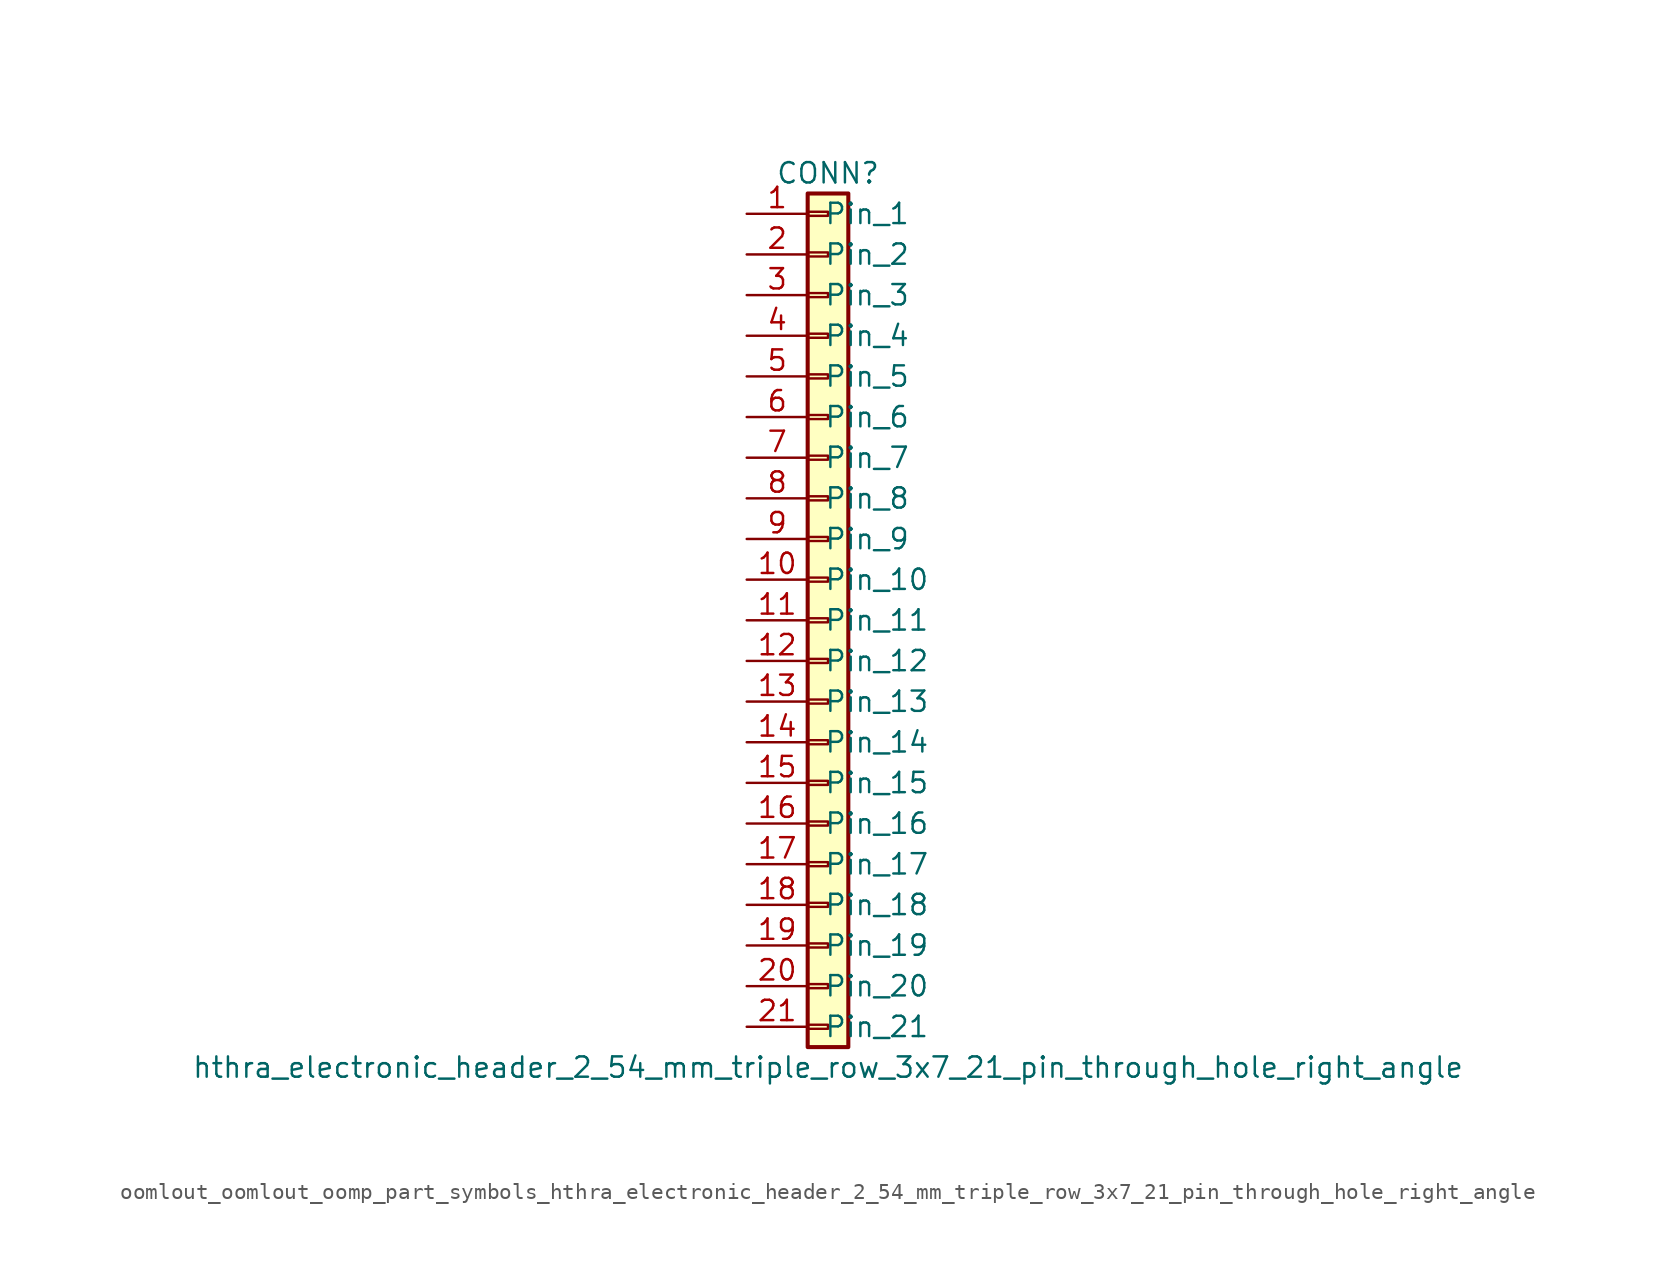
<source format=kicad_sym>
(kicad_symbol_lib
  (version 20220914)
  (generator kicad_symbol_editor)
  (symbol "oomlout_oomlout_oomp_part_symbols_hthra_electronic_header_2_54_mm_triple_row_3x7_21_pin_through_hole_right_angle"
    (pin_names
      (offset 1.016))
    (property "Reference" "CONN"
      (at 0 27.94 0)
      (effects (font (size 1.27 1.27))))
    (property "Value" "hthra_electronic_header_2_54_mm_triple_row_3x7_21_pin_through_hole_right_angle"
      (at 0 -27.94 0)
      (effects (font (size 1.27 1.27))))
    (symbol "oomlout_oomlout_oomp_part_symbols_hthra_electronic_header_2_54_mm_triple_row_3x7_21_pin_through_hole_right_angle_1_1"
      (rectangle (start -1.27 -25.273) (end 0 -25.527) (stroke (width 0.152) (type default)) (fill (type none)))
      (rectangle (start -1.27 -22.733) (end 0 -22.987) (stroke (width 0.152) (type default)) (fill (type none)))
      (rectangle (start -1.27 -20.193) (end 0 -20.447) (stroke (width 0.152) (type default)) (fill (type none)))
      (rectangle (start -1.27 -17.653) (end 0 -17.907) (stroke (width 0.152) (type default)) (fill (type none)))
      (rectangle (start -1.27 -15.113) (end 0 -15.367) (stroke (width 0.152) (type default)) (fill (type none)))
      (rectangle (start -1.27 -12.573) (end 0 -12.827) (stroke (width 0.152) (type default)) (fill (type none)))
      (rectangle (start -1.27 -10.033) (end 0 -10.287) (stroke (width 0.152) (type default)) (fill (type none)))
      (rectangle (start -1.27 -7.493) (end 0 -7.747) (stroke (width 0.152) (type default)) (fill (type none)))
      (rectangle (start -1.27 -4.953) (end 0 -5.207) (stroke (width 0.152) (type default)) (fill (type none)))
      (rectangle (start -1.27 -2.413) (end 0 -2.667) (stroke (width 0.152) (type default)) (fill (type none)))
      (rectangle (start -1.27 0.127) (end 0 -0.127) (stroke (width 0.152) (type default)) (fill (type none)))
      (rectangle (start -1.27 2.667) (end 0 2.413) (stroke (width 0.152) (type default)) (fill (type none)))
      (rectangle (start -1.27 5.207) (end 0 4.953) (stroke (width 0.152) (type default)) (fill (type none)))
      (rectangle (start -1.27 7.747) (end 0 7.493) (stroke (width 0.152) (type default)) (fill (type none)))
      (rectangle (start -1.27 10.287) (end 0 10.033) (stroke (width 0.152) (type default)) (fill (type none)))
      (rectangle (start -1.27 12.827) (end 0 12.573) (stroke (width 0.152) (type default)) (fill (type none)))
      (rectangle (start -1.27 15.367) (end 0 15.113) (stroke (width 0.152) (type default)) (fill (type none)))
      (rectangle (start -1.27 17.907) (end 0 17.653) (stroke (width 0.152) (type default)) (fill (type none)))
      (rectangle (start -1.27 20.447) (end 0 20.193) (stroke (width 0.152) (type default)) (fill (type none)))
      (rectangle (start -1.27 22.987) (end 0 22.733) (stroke (width 0.152) (type default)) (fill (type none)))
      (rectangle (start -1.27 25.527) (end 0 25.273) (stroke (width 0.152) (type default)) (fill (type none)))
      (rectangle (start -1.27 26.67) (end 1.27 -26.67) (stroke (width 0.254) (type default)) (fill (type background)))
      (pin passive line (at -5.08 25.4 0) (length 3.81) (name "Pin_1" (effects (font (size 1.27 1.27)))) (number "1" (effects (font (size 1.27 1.27)))))
      (pin passive line (at -5.08 2.54 0) (length 3.81) (name "Pin_10" (effects (font (size 1.27 1.27)))) (number "10" (effects (font (size 1.27 1.27)))))
      (pin passive line (at -5.08 0 0) (length 3.81) (name "Pin_11" (effects (font (size 1.27 1.27)))) (number "11" (effects (font (size 1.27 1.27)))))
      (pin passive line (at -5.08 -2.54 0) (length 3.81) (name "Pin_12" (effects (font (size 1.27 1.27)))) (number "12" (effects (font (size 1.27 1.27)))))
      (pin passive line (at -5.08 -5.08 0) (length 3.81) (name "Pin_13" (effects (font (size 1.27 1.27)))) (number "13" (effects (font (size 1.27 1.27)))))
      (pin passive line (at -5.08 -7.62 0) (length 3.81) (name "Pin_14" (effects (font (size 1.27 1.27)))) (number "14" (effects (font (size 1.27 1.27)))))
      (pin passive line (at -5.08 -10.16 0) (length 3.81) (name "Pin_15" (effects (font (size 1.27 1.27)))) (number "15" (effects (font (size 1.27 1.27)))))
      (pin passive line (at -5.08 -12.7 0) (length 3.81) (name "Pin_16" (effects (font (size 1.27 1.27)))) (number "16" (effects (font (size 1.27 1.27)))))
      (pin passive line (at -5.08 -15.24 0) (length 3.81) (name "Pin_17" (effects (font (size 1.27 1.27)))) (number "17" (effects (font (size 1.27 1.27)))))
      (pin passive line (at -5.08 -17.78 0) (length 3.81) (name "Pin_18" (effects (font (size 1.27 1.27)))) (number "18" (effects (font (size 1.27 1.27)))))
      (pin passive line (at -5.08 -20.32 0) (length 3.81) (name "Pin_19" (effects (font (size 1.27 1.27)))) (number "19" (effects (font (size 1.27 1.27)))))
      (pin passive line (at -5.08 22.86 0) (length 3.81) (name "Pin_2" (effects (font (size 1.27 1.27)))) (number "2" (effects (font (size 1.27 1.27)))))
      (pin passive line (at -5.08 -22.86 0) (length 3.81) (name "Pin_20" (effects (font (size 1.27 1.27)))) (number "20" (effects (font (size 1.27 1.27)))))
      (pin passive line (at -5.08 -25.4 0) (length 3.81) (name "Pin_21" (effects (font (size 1.27 1.27)))) (number "21" (effects (font (size 1.27 1.27)))))
      (pin passive line (at -5.08 20.32 0) (length 3.81) (name "Pin_3" (effects (font (size 1.27 1.27)))) (number "3" (effects (font (size 1.27 1.27)))))
      (pin passive line (at -5.08 17.78 0) (length 3.81) (name "Pin_4" (effects (font (size 1.27 1.27)))) (number "4" (effects (font (size 1.27 1.27)))))
      (pin passive line (at -5.08 15.24 0) (length 3.81) (name "Pin_5" (effects (font (size 1.27 1.27)))) (number "5" (effects (font (size 1.27 1.27)))))
      (pin passive line (at -5.08 12.7 0) (length 3.81) (name "Pin_6" (effects (font (size 1.27 1.27)))) (number "6" (effects (font (size 1.27 1.27)))))
      (pin passive line (at -5.08 10.16 0) (length 3.81) (name "Pin_7" (effects (font (size 1.27 1.27)))) (number "7" (effects (font (size 1.27 1.27)))))
      (pin passive line (at -5.08 7.62 0) (length 3.81) (name "Pin_8" (effects (font (size 1.27 1.27)))) (number "8" (effects (font (size 1.27 1.27)))))
      (pin passive line (at -5.08 5.08 0) (length 3.81) (name "Pin_9" (effects (font (size 1.27 1.27)))) (number "9" (effects (font (size 1.27 1.27))))))))
</source>
